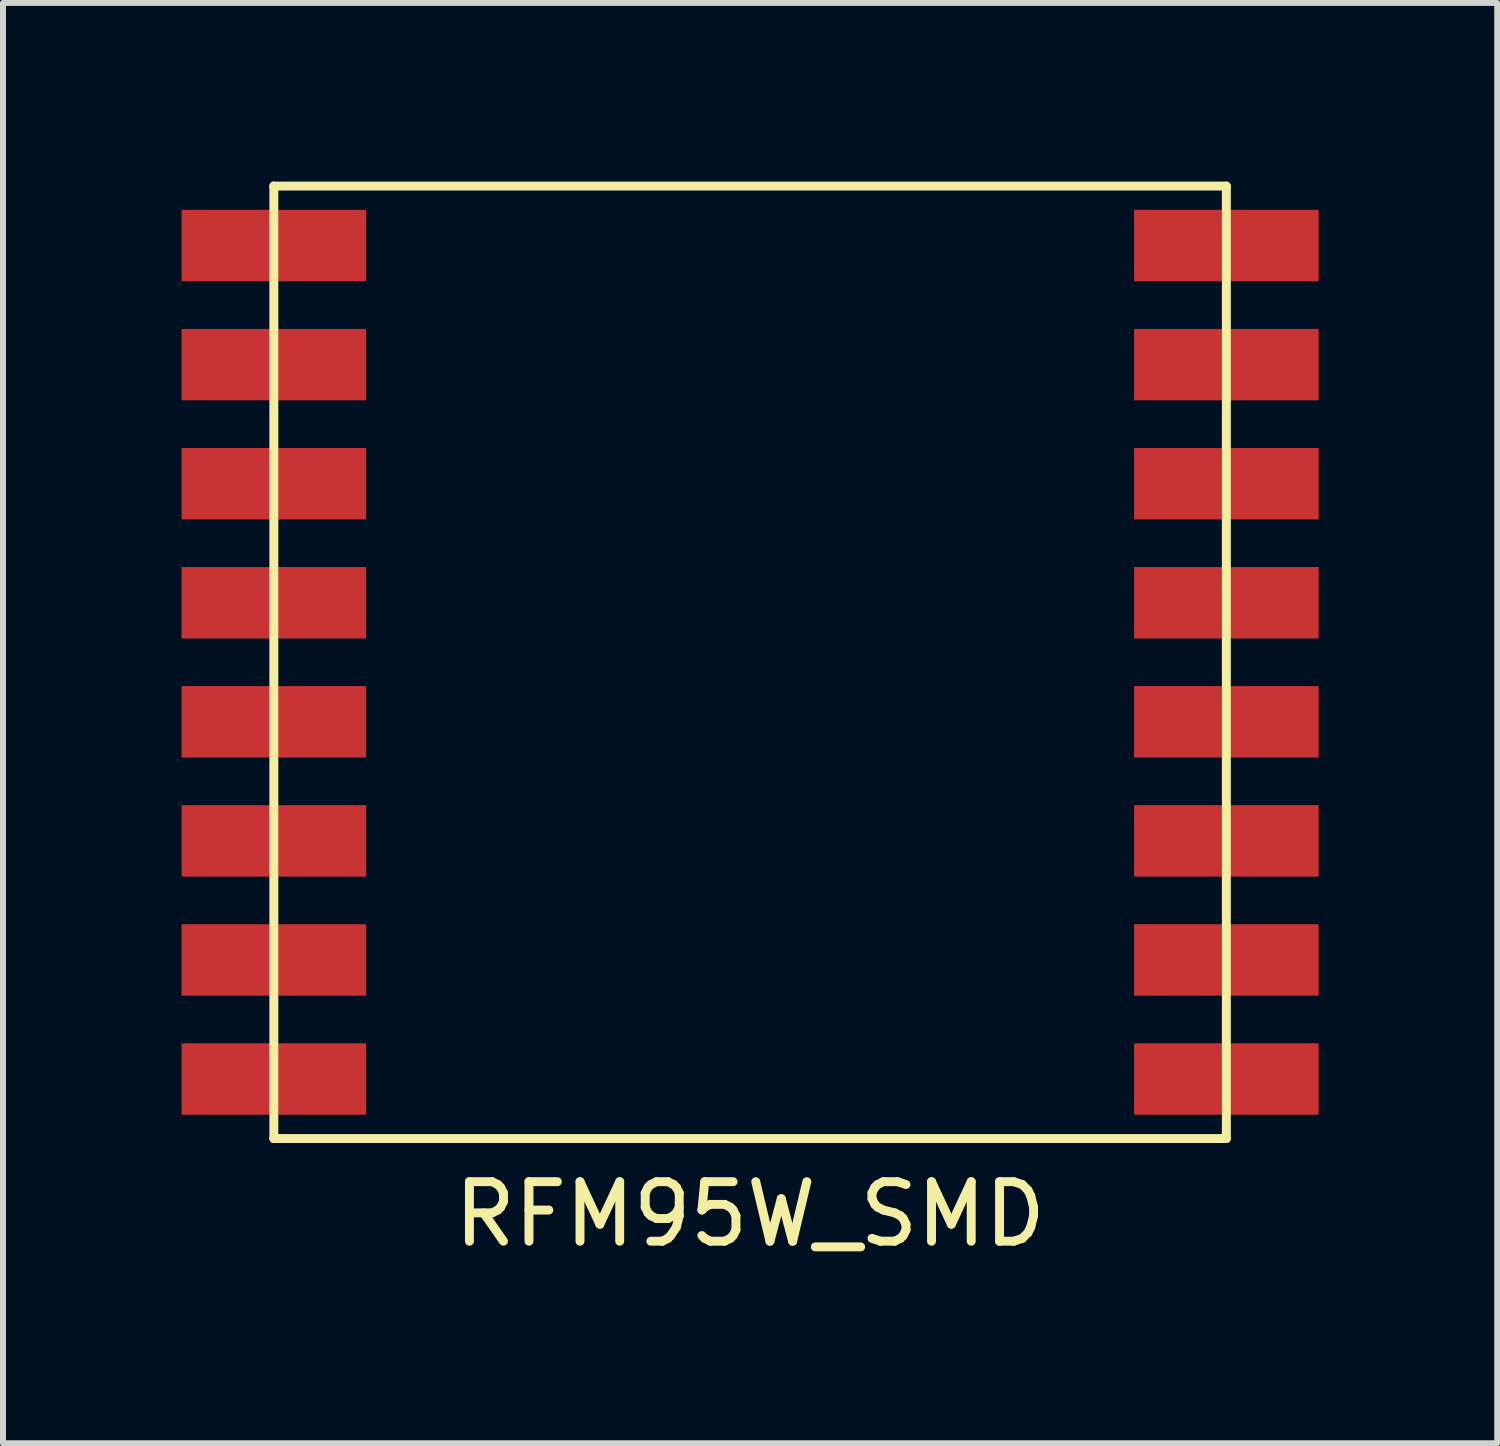
<source format=kicad_pcb>
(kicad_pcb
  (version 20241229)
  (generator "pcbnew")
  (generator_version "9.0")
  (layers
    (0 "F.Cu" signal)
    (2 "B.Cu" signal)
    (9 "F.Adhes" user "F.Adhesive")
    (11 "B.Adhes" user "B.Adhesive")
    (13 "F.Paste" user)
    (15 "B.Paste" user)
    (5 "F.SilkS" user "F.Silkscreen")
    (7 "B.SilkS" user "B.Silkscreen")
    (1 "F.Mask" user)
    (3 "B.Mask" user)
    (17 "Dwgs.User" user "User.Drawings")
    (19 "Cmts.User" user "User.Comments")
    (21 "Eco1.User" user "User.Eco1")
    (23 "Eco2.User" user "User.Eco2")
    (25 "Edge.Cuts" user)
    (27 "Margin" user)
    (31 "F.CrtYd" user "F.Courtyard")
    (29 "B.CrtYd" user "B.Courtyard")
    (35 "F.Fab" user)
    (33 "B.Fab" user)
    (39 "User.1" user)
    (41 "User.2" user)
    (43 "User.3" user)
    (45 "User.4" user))
  (footprint "RFM95W_SMD"
    (layer "F.Cu")
    (at 9.55 16.075)
    (property "Reference" "RFM95W_SMD" (at 0 1.27 0) (layer "F.SilkS") (effects (font (size 1 1) (thickness 0.15))))
    (attr through_hole)
    (fp_line (start -8 -16) (end -8 0) (stroke (width 0.15) (type solid)) (layer "F.SilkS"))
    (fp_line (start -8 0) (end 8 0) (stroke (width 0.15) (type solid)) (layer "F.SilkS"))
    (fp_line (start 8 -16) (end -8 -16) (stroke (width 0.15) (type solid)) (layer "F.SilkS"))
    (fp_line (start 8 0) (end 8 -16) (stroke (width 0.15) (type solid)) (layer "F.SilkS"))
    (pad "1" smd rect (at -7 -15) (size 3.1 1.2) (drill (offset -1 0)) (layers "F.Cu" "F.Mask" "F.Paste"))
    (pad "2" smd rect (at -7 -13) (size 3.1 1.2) (drill (offset -1 0)) (layers "F.Cu" "F.Mask" "F.Paste"))
    (pad "3" smd rect (at -7 -11) (size 3.1 1.2) (drill (offset -1 0)) (layers "F.Cu" "F.Mask" "F.Paste"))
    (pad "4" smd rect (at -7 -9) (size 3.1 1.2) (drill (offset -1 0)) (layers "F.Cu" "F.Mask" "F.Paste"))
    (pad "5" smd rect (at -7 -7) (size 3.1 1.2) (drill (offset -1 0)) (layers "F.Cu" "F.Mask" "F.Paste"))
    (pad "6" smd rect (at -7 -5) (size 3.1 1.2) (drill (offset -1 0)) (layers "F.Cu" "F.Mask" "F.Paste"))
    (pad "7" smd rect (at -7 -3) (size 3.1 1.2) (drill (offset -1 0)) (layers "F.Cu" "F.Mask" "F.Paste"))
    (pad "8" smd rect (at -7 -1) (size 3.1 1.2) (drill (offset -1 0)) (layers "F.Cu" "F.Mask" "F.Paste"))
    (pad "9" smd rect (at 7 -1) (size 3.1 1.2) (drill (offset 1 0)) (layers "F.Cu" "F.Mask" "F.Paste"))
    (pad "10" smd rect (at 7 -3) (size 3.1 1.2) (drill (offset 1 0)) (layers "F.Cu" "F.Mask" "F.Paste"))
    (pad "11" smd rect (at 7 -5) (size 3.1 1.2) (drill (offset 1 0)) (layers "F.Cu" "F.Mask" "F.Paste"))
    (pad "12" smd rect (at 7 -7) (size 3.1 1.2) (drill (offset 1 0)) (layers "F.Cu" "F.Mask" "F.Paste"))
    (pad "13" smd rect (at 7 -9) (size 3.1 1.2) (drill (offset 1 0)) (layers "F.Cu" "F.Mask" "F.Paste"))
    (pad "14" smd rect (at 7 -11) (size 3.1 1.2) (drill (offset 1 0)) (layers "F.Cu" "F.Mask" "F.Paste"))
    (pad "15" smd rect (at 7 -13) (size 3.1 1.2) (drill (offset 1 0)) (layers "F.Cu" "F.Mask" "F.Paste"))
    (pad "16" smd rect (at 7 -15) (size 3.1 1.2) (drill (offset 1 0)) (layers "F.Cu" "F.Mask" "F.Paste")))
  (gr_rect
    (start -3 -3)
    (end 22.1 21.193)
    (stroke (width 0.1) (type default))
    (fill no)
    (layer "Edge.Cuts")))
</source>
